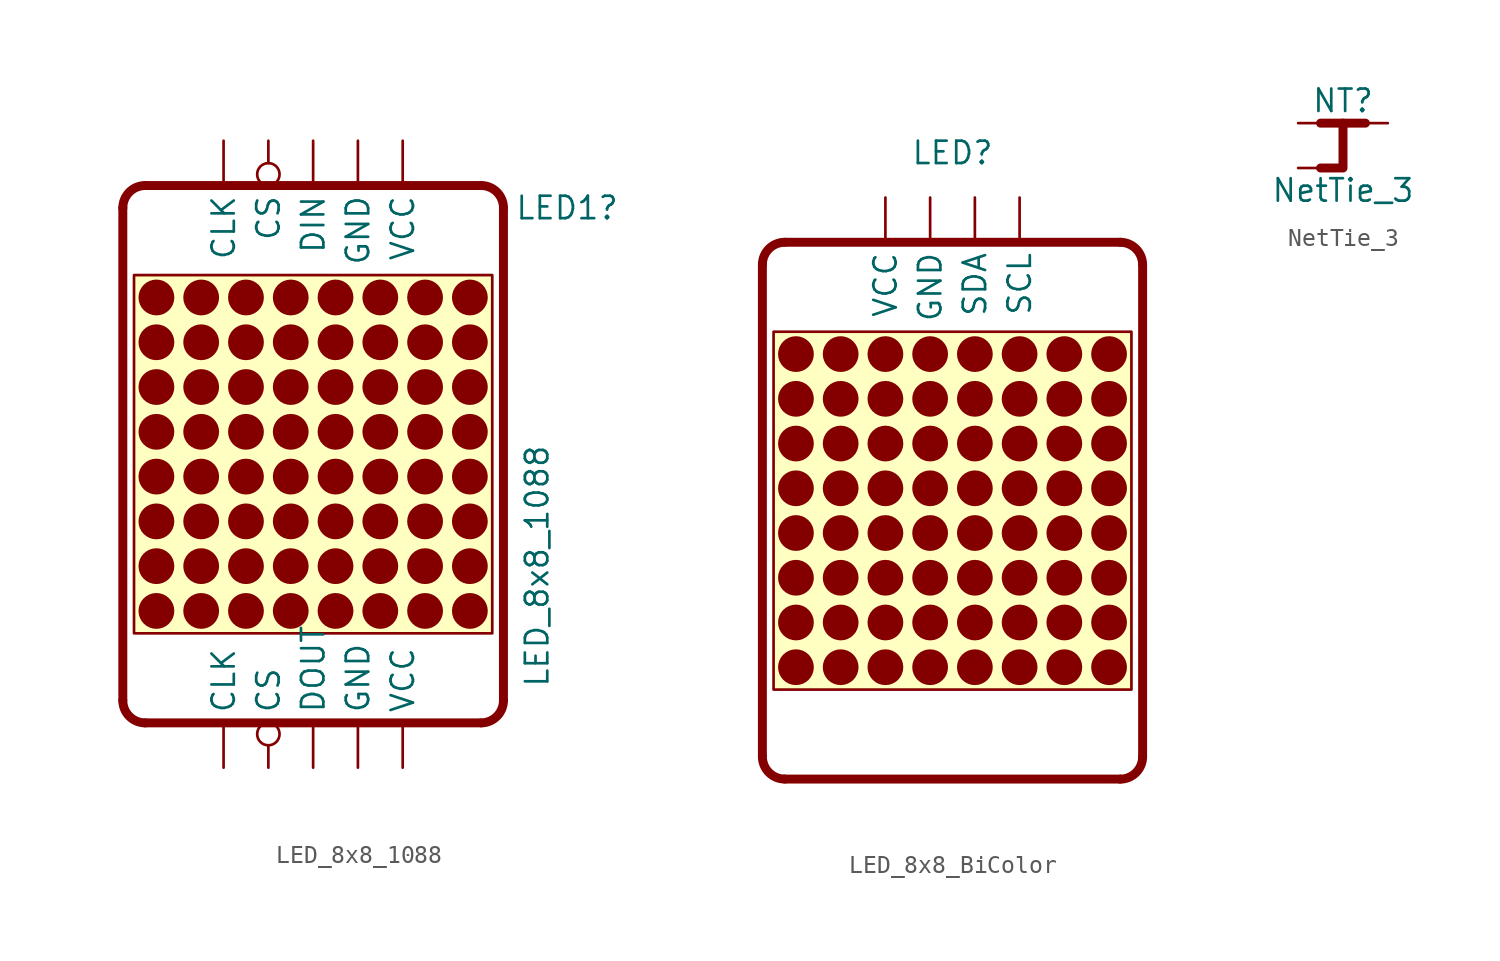
<source format=kicad_sym>
(kicad_symbol_lib
  (version 20241209)
  (generator "kicad_symbol_editor")
  (generator_version "9.0")
  (symbol "LED_8x8_1088"
    (pin_numbers
      (hide yes))
    (property "Reference" "LED1"
      (at 11.43 -1.27 0)
      (effects (font (size 1.27 1.27)) (justify left)))
    (property "Value" "LED_8x8_1088"
      (at 12.7 -21.59 90)
      (effects (font (size 1.27 1.27))))
    (symbol "LED_8x8_1088_1_1"
      (polyline (pts (xy -10.795 -1.27) (xy -10.795 -29.21)) (stroke (width 0.508) (type default)) (fill (type none)))
      (rectangle (start -10.16 -5.08) (end 10.16 -25.4) (stroke (width 0) (type default)) (fill (type background)))
      (polyline (pts (xy -9.525 -30.48) (xy 9.525 -30.48)) (stroke (width 0.508) (type default)) (fill (type background)))
      (arc (start -10.795 -1.27) (mid -10.423 -0.372) (end -9.525 0) (stroke (width 0.508) (type default)) (fill (type none)))
      (arc (start -9.525 -30.48) (mid -10.423 -30.108) (end -10.795 -29.21) (stroke (width 0.508) (type default)) (fill (type none)))
      (circle (center -8.89 -6.35) (radius 0.635) (stroke (width 0.762) (type default)) (fill (type outline)))
      (circle (center -8.89 -8.89) (radius 0.635) (stroke (width 0.762) (type default)) (fill (type outline)))
      (circle (center -8.89 -11.43) (radius 0.635) (stroke (width 0.762) (type default)) (fill (type outline)))
      (circle (center -8.89 -13.97) (radius 0.635) (stroke (width 0.762) (type default)) (fill (type outline)))
      (circle (center -8.89 -16.51) (radius 0.635) (stroke (width 0.762) (type default)) (fill (type outline)))
      (circle (center -8.89 -19.05) (radius 0.635) (stroke (width 0.762) (type default)) (fill (type outline)))
      (circle (center -8.89 -21.59) (radius 0.635) (stroke (width 0.762) (type default)) (fill (type outline)))
      (circle (center -8.89 -24.13) (radius 0.635) (stroke (width 0.762) (type default)) (fill (type outline)))
      (circle (center -6.35 -6.35) (radius 0.635) (stroke (width 0.762) (type default)) (fill (type outline)))
      (circle (center -6.35 -8.89) (radius 0.635) (stroke (width 0.762) (type default)) (fill (type outline)))
      (circle (center -6.35 -11.43) (radius 0.635) (stroke (width 0.762) (type default)) (fill (type outline)))
      (circle (center -6.35 -13.97) (radius 0.635) (stroke (width 0.762) (type default)) (fill (type outline)))
      (circle (center -6.35 -16.51) (radius 0.635) (stroke (width 0.762) (type default)) (fill (type outline)))
      (circle (center -6.35 -19.05) (radius 0.635) (stroke (width 0.762) (type default)) (fill (type outline)))
      (circle (center -6.35 -21.59) (radius 0.635) (stroke (width 0.762) (type default)) (fill (type outline)))
      (circle (center -6.35 -24.13) (radius 0.635) (stroke (width 0.762) (type default)) (fill (type outline)))
      (circle (center -3.81 -6.35) (radius 0.635) (stroke (width 0.762) (type default)) (fill (type outline)))
      (circle (center -3.81 -8.89) (radius 0.635) (stroke (width 0.762) (type default)) (fill (type outline)))
      (circle (center -3.81 -11.43) (radius 0.635) (stroke (width 0.762) (type default)) (fill (type outline)))
      (circle (center -3.81 -13.97) (radius 0.635) (stroke (width 0.762) (type default)) (fill (type outline)))
      (circle (center -3.81 -16.51) (radius 0.635) (stroke (width 0.762) (type default)) (fill (type outline)))
      (circle (center -3.81 -19.05) (radius 0.635) (stroke (width 0.762) (type default)) (fill (type outline)))
      (circle (center -3.81 -21.59) (radius 0.635) (stroke (width 0.762) (type default)) (fill (type outline)))
      (circle (center -3.81 -24.13) (radius 0.635) (stroke (width 0.762) (type default)) (fill (type outline)))
      (circle (center -1.27 -6.35) (radius 0.635) (stroke (width 0.762) (type default)) (fill (type outline)))
      (circle (center -1.27 -8.89) (radius 0.635) (stroke (width 0.762) (type default)) (fill (type outline)))
      (circle (center -1.27 -11.43) (radius 0.635) (stroke (width 0.762) (type default)) (fill (type outline)))
      (circle (center -1.27 -13.97) (radius 0.635) (stroke (width 0.762) (type default)) (fill (type outline)))
      (circle (center -1.27 -16.51) (radius 0.635) (stroke (width 0.762) (type default)) (fill (type outline)))
      (circle (center -1.27 -19.05) (radius 0.635) (stroke (width 0.762) (type default)) (fill (type outline)))
      (circle (center -1.27 -21.59) (radius 0.635) (stroke (width 0.762) (type default)) (fill (type outline)))
      (circle (center -1.27 -24.13) (radius 0.635) (stroke (width 0.762) (type default)) (fill (type outline)))
      (circle (center 1.27 -6.35) (radius 0.635) (stroke (width 0.762) (type default)) (fill (type outline)))
      (circle (center 1.27 -8.89) (radius 0.635) (stroke (width 0.762) (type default)) (fill (type outline)))
      (circle (center 1.27 -11.43) (radius 0.635) (stroke (width 0.762) (type default)) (fill (type outline)))
      (circle (center 1.27 -13.97) (radius 0.635) (stroke (width 0.762) (type default)) (fill (type outline)))
      (circle (center 1.27 -16.51) (radius 0.635) (stroke (width 0.762) (type default)) (fill (type outline)))
      (circle (center 1.27 -19.05) (radius 0.635) (stroke (width 0.762) (type default)) (fill (type outline)))
      (circle (center 1.27 -21.59) (radius 0.635) (stroke (width 0.762) (type default)) (fill (type outline)))
      (circle (center 1.27 -24.13) (radius 0.635) (stroke (width 0.762) (type default)) (fill (type outline)))
      (circle (center 3.81 -6.35) (radius 0.635) (stroke (width 0.762) (type default)) (fill (type outline)))
      (circle (center 3.81 -8.89) (radius 0.635) (stroke (width 0.762) (type default)) (fill (type outline)))
      (circle (center 3.81 -11.43) (radius 0.635) (stroke (width 0.762) (type default)) (fill (type outline)))
      (circle (center 3.81 -13.97) (radius 0.635) (stroke (width 0.762) (type default)) (fill (type outline)))
      (circle (center 3.81 -16.51) (radius 0.635) (stroke (width 0.762) (type default)) (fill (type outline)))
      (circle (center 3.81 -19.05) (radius 0.635) (stroke (width 0.762) (type default)) (fill (type outline)))
      (circle (center 3.81 -21.59) (radius 0.635) (stroke (width 0.762) (type default)) (fill (type outline)))
      (circle (center 3.81 -24.13) (radius 0.635) (stroke (width 0.762) (type default)) (fill (type outline)))
      (circle (center 6.35 -6.35) (radius 0.635) (stroke (width 0.762) (type default)) (fill (type outline)))
      (circle (center 6.35 -8.89) (radius 0.635) (stroke (width 0.762) (type default)) (fill (type outline)))
      (circle (center 6.35 -11.43) (radius 0.635) (stroke (width 0.762) (type default)) (fill (type outline)))
      (circle (center 6.35 -13.97) (radius 0.635) (stroke (width 0.762) (type default)) (fill (type outline)))
      (circle (center 6.35 -16.51) (radius 0.635) (stroke (width 0.762) (type default)) (fill (type outline)))
      (circle (center 6.35 -19.05) (radius 0.635) (stroke (width 0.762) (type default)) (fill (type outline)))
      (circle (center 6.35 -21.59) (radius 0.635) (stroke (width 0.762) (type default)) (fill (type outline)))
      (circle (center 6.35 -24.13) (radius 0.635) (stroke (width 0.762) (type default)) (fill (type outline)))
      (circle (center 8.89 -6.35) (radius 0.635) (stroke (width 0.762) (type default)) (fill (type outline)))
      (circle (center 8.89 -8.89) (radius 0.635) (stroke (width 0.762) (type default)) (fill (type outline)))
      (circle (center 8.89 -11.43) (radius 0.635) (stroke (width 0.762) (type default)) (fill (type outline)))
      (circle (center 8.89 -13.97) (radius 0.635) (stroke (width 0.762) (type default)) (fill (type outline)))
      (circle (center 8.89 -16.51) (radius 0.635) (stroke (width 0.762) (type default)) (fill (type outline)))
      (circle (center 8.89 -19.05) (radius 0.635) (stroke (width 0.762) (type default)) (fill (type outline)))
      (circle (center 8.89 -21.59) (radius 0.635) (stroke (width 0.762) (type default)) (fill (type outline)))
      (circle (center 8.89 -24.13) (radius 0.635) (stroke (width 0.762) (type default)) (fill (type outline)))
      (polyline (pts (xy 9.525 0) (xy -9.525 0)) (stroke (width 0.508) (type default)) (fill (type none)))
      (arc (start 9.525 0) (mid 10.423 -0.372) (end 10.795 -1.27) (stroke (width 0.508) (type default)) (fill (type none)))
      (arc (start 10.795 -29.21) (mid 10.423 -30.108) (end 9.525 -30.48) (stroke (width 0.508) (type default)) (fill (type none)))
      (polyline (pts (xy 10.795 -29.21) (xy 10.795 -1.27)) (stroke (width 0.508) (type default)) (fill (type none)))
      (pin passive line (at -5.08 2.54 270) (length 2.54) (name "CLK" (effects (font (size 1.27 1.27)))) (number "CLK1" (effects (font (size 1.27 1.27)))))
      (pin passive line (at -5.08 -33.02 90) (length 2.54) (name "CLK" (effects (font (size 1.27 1.27)))) (number "CLK2" (effects (font (size 1.27 1.27)))))
      (pin passive inverted (at -2.54 2.54 270) (length 2.54) (name "CS" (effects (font (size 1.27 1.27)))) (number "CS1" (effects (font (size 1.27 1.27)))))
      (pin passive inverted (at -2.54 -33.02 90) (length 2.54) (name "CS" (effects (font (size 1.27 1.27)))) (number "CS2" (effects (font (size 1.27 1.27)))))
      (pin passive line (at 0 2.54 270) (length 2.54) (name "DIN" (effects (font (size 1.27 1.27)))) (number "DIN" (effects (font (size 1.27 1.27)))))
      (pin passive line (at 0 -33.02 90) (length 2.54) (name "DOUT" (effects (font (size 1.27 1.27)))) (number "DOUT" (effects (font (size 1.27 1.27)))))
      (pin passive line (at 2.54 2.54 270) (length 2.54) (name "GND" (effects (font (size 1.27 1.27)))) (number "GND1" (effects (font (size 1.27 1.27)))))
      (pin passive line (at 2.54 -33.02 90) (length 2.54) (name "GND" (effects (font (size 1.27 1.27)))) (number "GND2" (effects (font (size 1.27 1.27)))))
      (pin passive line (at 5.08 2.54 270) (length 2.54) (name "VCC" (effects (font (size 1.27 1.27)))) (number "VCC1" (effects (font (size 1.27 1.27)))))
      (pin passive line (at 5.08 -33.02 90) (length 2.54) (name "VCC" (effects (font (size 1.27 1.27)))) (number "VCC2" (effects (font (size 1.27 1.27)))))))
  (symbol "LED_8x8_BiColor"
    (pin_numbers
      (hide yes))
    (property "Reference" "LED"
      (at 0 5.08 0)
      (effects (font (size 1.27 1.27))))
    (property "Value" ""
      (at 0 0 0)
      (effects (font (size 1.27 1.27))))
    (symbol "LED_8x8_BiColor_1_1"
      (polyline (pts (xy -10.795 -1.27) (xy -10.795 -29.21)) (stroke (width 0.508) (type default)) (fill (type none)))
      (rectangle (start -10.16 -5.08) (end 10.16 -25.4) (stroke (width 0) (type default)) (fill (type background)))
      (polyline (pts (xy -9.525 -30.48) (xy 9.525 -30.48)) (stroke (width 0.508) (type default)) (fill (type background)))
      (arc (start -10.795 -1.27) (mid -10.423 -0.372) (end -9.525 0) (stroke (width 0.508) (type default)) (fill (type none)))
      (arc (start -9.525 -30.48) (mid -10.423 -30.108) (end -10.795 -29.21) (stroke (width 0.508) (type default)) (fill (type none)))
      (circle (center -8.89 -6.35) (radius 0.635) (stroke (width 0.762) (type default)) (fill (type outline)))
      (circle (center -8.89 -8.89) (radius 0.635) (stroke (width 0.762) (type default)) (fill (type outline)))
      (circle (center -8.89 -11.43) (radius 0.635) (stroke (width 0.762) (type default)) (fill (type outline)))
      (circle (center -8.89 -13.97) (radius 0.635) (stroke (width 0.762) (type default)) (fill (type outline)))
      (circle (center -8.89 -16.51) (radius 0.635) (stroke (width 0.762) (type default)) (fill (type outline)))
      (circle (center -8.89 -19.05) (radius 0.635) (stroke (width 0.762) (type default)) (fill (type outline)))
      (circle (center -8.89 -21.59) (radius 0.635) (stroke (width 0.762) (type default)) (fill (type outline)))
      (circle (center -8.89 -24.13) (radius 0.635) (stroke (width 0.762) (type default)) (fill (type outline)))
      (circle (center -6.35 -6.35) (radius 0.635) (stroke (width 0.762) (type default)) (fill (type outline)))
      (circle (center -6.35 -8.89) (radius 0.635) (stroke (width 0.762) (type default)) (fill (type outline)))
      (circle (center -6.35 -11.43) (radius 0.635) (stroke (width 0.762) (type default)) (fill (type outline)))
      (circle (center -6.35 -13.97) (radius 0.635) (stroke (width 0.762) (type default)) (fill (type outline)))
      (circle (center -6.35 -16.51) (radius 0.635) (stroke (width 0.762) (type default)) (fill (type outline)))
      (circle (center -6.35 -19.05) (radius 0.635) (stroke (width 0.762) (type default)) (fill (type outline)))
      (circle (center -6.35 -21.59) (radius 0.635) (stroke (width 0.762) (type default)) (fill (type outline)))
      (circle (center -6.35 -24.13) (radius 0.635) (stroke (width 0.762) (type default)) (fill (type outline)))
      (circle (center -3.81 -6.35) (radius 0.635) (stroke (width 0.762) (type default)) (fill (type outline)))
      (circle (center -3.81 -8.89) (radius 0.635) (stroke (width 0.762) (type default)) (fill (type outline)))
      (circle (center -3.81 -11.43) (radius 0.635) (stroke (width 0.762) (type default)) (fill (type outline)))
      (circle (center -3.81 -13.97) (radius 0.635) (stroke (width 0.762) (type default)) (fill (type outline)))
      (circle (center -3.81 -16.51) (radius 0.635) (stroke (width 0.762) (type default)) (fill (type outline)))
      (circle (center -3.81 -19.05) (radius 0.635) (stroke (width 0.762) (type default)) (fill (type outline)))
      (circle (center -3.81 -21.59) (radius 0.635) (stroke (width 0.762) (type default)) (fill (type outline)))
      (circle (center -3.81 -24.13) (radius 0.635) (stroke (width 0.762) (type default)) (fill (type outline)))
      (circle (center -1.27 -6.35) (radius 0.635) (stroke (width 0.762) (type default)) (fill (type outline)))
      (circle (center -1.27 -8.89) (radius 0.635) (stroke (width 0.762) (type default)) (fill (type outline)))
      (circle (center -1.27 -11.43) (radius 0.635) (stroke (width 0.762) (type default)) (fill (type outline)))
      (circle (center -1.27 -13.97) (radius 0.635) (stroke (width 0.762) (type default)) (fill (type outline)))
      (circle (center -1.27 -16.51) (radius 0.635) (stroke (width 0.762) (type default)) (fill (type outline)))
      (circle (center -1.27 -19.05) (radius 0.635) (stroke (width 0.762) (type default)) (fill (type outline)))
      (circle (center -1.27 -21.59) (radius 0.635) (stroke (width 0.762) (type default)) (fill (type outline)))
      (circle (center -1.27 -24.13) (radius 0.635) (stroke (width 0.762) (type default)) (fill (type outline)))
      (circle (center 1.27 -6.35) (radius 0.635) (stroke (width 0.762) (type default)) (fill (type outline)))
      (circle (center 1.27 -8.89) (radius 0.635) (stroke (width 0.762) (type default)) (fill (type outline)))
      (circle (center 1.27 -11.43) (radius 0.635) (stroke (width 0.762) (type default)) (fill (type outline)))
      (circle (center 1.27 -13.97) (radius 0.635) (stroke (width 0.762) (type default)) (fill (type outline)))
      (circle (center 1.27 -16.51) (radius 0.635) (stroke (width 0.762) (type default)) (fill (type outline)))
      (circle (center 1.27 -19.05) (radius 0.635) (stroke (width 0.762) (type default)) (fill (type outline)))
      (circle (center 1.27 -21.59) (radius 0.635) (stroke (width 0.762) (type default)) (fill (type outline)))
      (circle (center 1.27 -24.13) (radius 0.635) (stroke (width 0.762) (type default)) (fill (type outline)))
      (circle (center 3.81 -6.35) (radius 0.635) (stroke (width 0.762) (type default)) (fill (type outline)))
      (circle (center 3.81 -8.89) (radius 0.635) (stroke (width 0.762) (type default)) (fill (type outline)))
      (circle (center 3.81 -11.43) (radius 0.635) (stroke (width 0.762) (type default)) (fill (type outline)))
      (circle (center 3.81 -13.97) (radius 0.635) (stroke (width 0.762) (type default)) (fill (type outline)))
      (circle (center 3.81 -16.51) (radius 0.635) (stroke (width 0.762) (type default)) (fill (type outline)))
      (circle (center 3.81 -19.05) (radius 0.635) (stroke (width 0.762) (type default)) (fill (type outline)))
      (circle (center 3.81 -21.59) (radius 0.635) (stroke (width 0.762) (type default)) (fill (type outline)))
      (circle (center 3.81 -24.13) (radius 0.635) (stroke (width 0.762) (type default)) (fill (type outline)))
      (circle (center 6.35 -6.35) (radius 0.635) (stroke (width 0.762) (type default)) (fill (type outline)))
      (circle (center 6.35 -8.89) (radius 0.635) (stroke (width 0.762) (type default)) (fill (type outline)))
      (circle (center 6.35 -11.43) (radius 0.635) (stroke (width 0.762) (type default)) (fill (type outline)))
      (circle (center 6.35 -13.97) (radius 0.635) (stroke (width 0.762) (type default)) (fill (type outline)))
      (circle (center 6.35 -16.51) (radius 0.635) (stroke (width 0.762) (type default)) (fill (type outline)))
      (circle (center 6.35 -19.05) (radius 0.635) (stroke (width 0.762) (type default)) (fill (type outline)))
      (circle (center 6.35 -21.59) (radius 0.635) (stroke (width 0.762) (type default)) (fill (type outline)))
      (circle (center 6.35 -24.13) (radius 0.635) (stroke (width 0.762) (type default)) (fill (type outline)))
      (circle (center 8.89 -6.35) (radius 0.635) (stroke (width 0.762) (type default)) (fill (type outline)))
      (circle (center 8.89 -8.89) (radius 0.635) (stroke (width 0.762) (type default)) (fill (type outline)))
      (circle (center 8.89 -11.43) (radius 0.635) (stroke (width 0.762) (type default)) (fill (type outline)))
      (circle (center 8.89 -13.97) (radius 0.635) (stroke (width 0.762) (type default)) (fill (type outline)))
      (circle (center 8.89 -16.51) (radius 0.635) (stroke (width 0.762) (type default)) (fill (type outline)))
      (circle (center 8.89 -19.05) (radius 0.635) (stroke (width 0.762) (type default)) (fill (type outline)))
      (circle (center 8.89 -21.59) (radius 0.635) (stroke (width 0.762) (type default)) (fill (type outline)))
      (circle (center 8.89 -24.13) (radius 0.635) (stroke (width 0.762) (type default)) (fill (type outline)))
      (polyline (pts (xy 9.525 0) (xy -9.525 0)) (stroke (width 0.508) (type default)) (fill (type none)))
      (arc (start 9.525 0) (mid 10.423 -0.372) (end 10.795 -1.27) (stroke (width 0.508) (type default)) (fill (type none)))
      (arc (start 10.795 -29.21) (mid 10.423 -30.108) (end 9.525 -30.48) (stroke (width 0.508) (type default)) (fill (type none)))
      (polyline (pts (xy 10.795 -29.21) (xy 10.795 -1.27)) (stroke (width 0.508) (type default)) (fill (type none)))
      (pin passive line (at -3.81 2.54 270) (length 2.54) (name "VCC" (effects (font (size 1.27 1.27)))) (number "VCC" (effects (font (size 1.27 1.27)))))
      (pin passive line (at -1.27 2.54 270) (length 2.54) (name "GND" (effects (font (size 1.27 1.27)))) (number "GND" (effects (font (size 1.27 1.27)))))
      (pin passive line (at 1.27 2.54 270) (length 2.54) (name "SDA" (effects (font (size 1.27 1.27)))) (number "SDA" (effects (font (size 1.27 1.27)))))
      (pin passive line (at 3.81 2.54 270) (length 2.54) (name "SCL" (effects (font (size 1.27 1.27)))) (number "SCL" (effects (font (size 1.27 1.27)))))))
  (symbol "NetTie_3"
    (pin_numbers
      (hide yes))
    (pin_names
      (offset 0)
      (hide yes))
    (property "Reference" "NT"
      (at 0 1.27 0)
      (effects (font (size 1.27 1.27))))
    (property "Value" "NetTie_3"
      (at 0 -3.81 0)
      (effects (font (size 1.27 1.27))))
    (symbol "NetTie_3_0_1"
      (polyline (pts (xy -1.27 0) (xy 1.27 0)) (stroke (width 0.508) (type default)) (fill (type none)))
      (polyline (pts (xy 0 0) (xy 0 -2.54) (xy -1.27 -2.54)) (stroke (width 0.508) (type default)) (fill (type none))))
    (symbol "NetTie_3_1_1"
      (pin passive line (at -2.54 0 0) (length 2.54) (name "1" (effects (font (size 1.27 1.27)))) (number "1" (effects (font (size 1.27 1.27)))))
      (pin passive line (at -2.54 -2.54 0) (length 2.54) (name "3" (effects (font (size 1.27 1.27)))) (number "3" (effects (font (size 1.27 1.27)))))
      (pin passive line (at 2.54 0 180) (length 2.54) (name "2" (effects (font (size 1.27 1.27)))) (number "2" (effects (font (size 1.27 1.27))))))))
</source>
